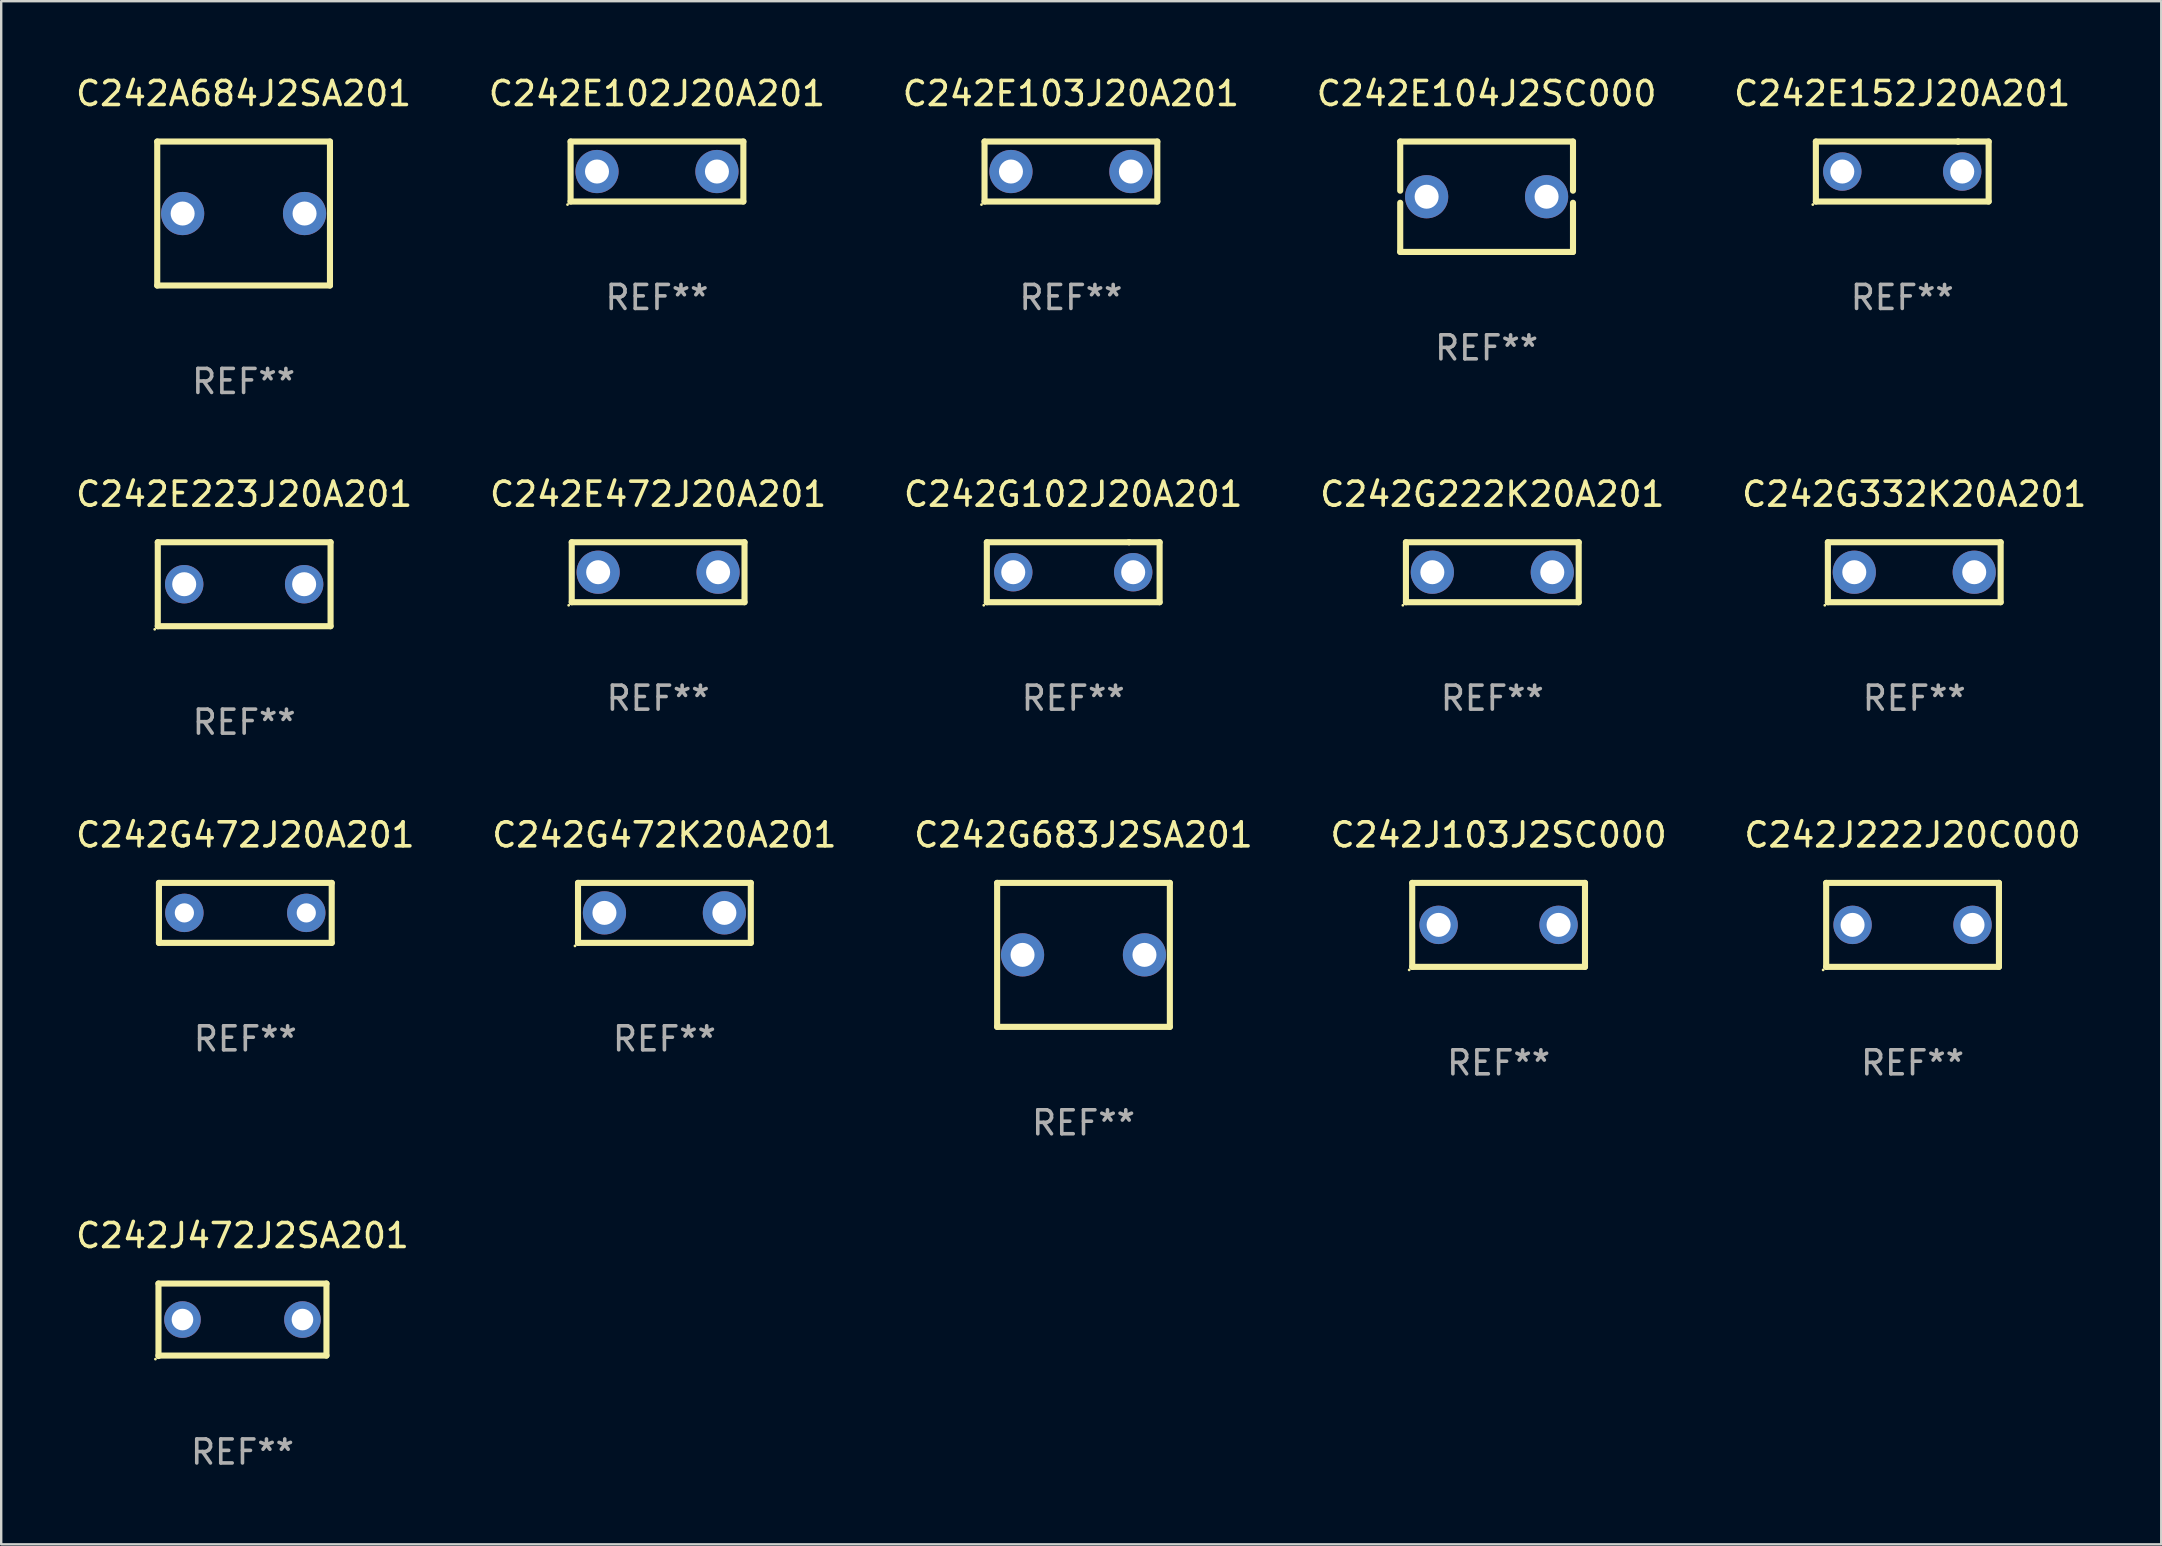
<source format=kicad_pcb>
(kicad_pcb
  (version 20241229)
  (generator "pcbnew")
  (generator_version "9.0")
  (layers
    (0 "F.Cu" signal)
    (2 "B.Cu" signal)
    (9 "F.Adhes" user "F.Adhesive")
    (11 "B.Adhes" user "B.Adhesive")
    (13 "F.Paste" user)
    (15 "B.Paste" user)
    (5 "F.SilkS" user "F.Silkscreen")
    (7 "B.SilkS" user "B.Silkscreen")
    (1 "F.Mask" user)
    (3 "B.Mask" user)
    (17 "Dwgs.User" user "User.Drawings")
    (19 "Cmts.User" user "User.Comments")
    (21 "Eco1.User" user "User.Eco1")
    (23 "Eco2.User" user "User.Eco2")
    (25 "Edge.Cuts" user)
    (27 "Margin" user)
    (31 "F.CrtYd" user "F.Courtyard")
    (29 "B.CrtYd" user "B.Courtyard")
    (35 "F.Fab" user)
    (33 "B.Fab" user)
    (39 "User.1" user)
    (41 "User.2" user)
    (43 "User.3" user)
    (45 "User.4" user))
  (footprint "C242E104J2SC000"
    (layer "F.Cu")
    (at 58.899 5.148)
    (property "Reference" "C242E104J2SC000" (at 0 -4.3 0) (layer "F.SilkS") (effects (font (size 1 1) (thickness 0.15))))
    (attr through_hole)
    (fp_line (start -3.6 -2.3) (end -3.6 -0.252) (stroke (width 0.254) (type solid)) (layer "F.SilkS"))
    (fp_line (start -3.6 -2.3) (end 3.6 -2.3) (stroke (width 0.254) (type solid)) (layer "F.SilkS"))
    (fp_line (start -3.6 0.252) (end -3.6 2.3) (stroke (width 0.254) (type solid)) (layer "F.SilkS"))
    (fp_line (start -3.6 2.3) (end 3.6 2.3) (stroke (width 0.254) (type solid)) (layer "F.SilkS"))
    (fp_line (start 3.6 -0.252) (end 3.6 -2.3) (stroke (width 0.254) (type solid)) (layer "F.SilkS"))
    (fp_line (start 3.6 2.3) (end 3.6 0.252) (stroke (width 0.254) (type solid)) (layer "F.SilkS"))
    (fp_circle (center -3.6 2.25) (end -3.57 2.25) (stroke (width 0.06) (type solid)) (fill no) (layer "F.SilkS"))
    (fp_text user "REF**" (at 0 6.3 0) (layer "F.Fab") (effects (font (size 1 1) (thickness 0.15))))
    (pad "1" thru_hole circle (at -2.499 0) (size 1.8 1.8) (drill 1) (layers "*.Cu" "*.Mask"))
    (pad "2" thru_hole circle (at 2.499 0) (size 1.8 1.8) (drill 1) (layers "*.Cu" "*.Mask")))
  (footprint "C242E102J20A201"
    (layer "F.Cu")
    (at 24.327 4.098)
    (property "Reference" "C242E102J20A201" (at 0 -3.25 0) (layer "F.SilkS") (effects (font (size 1 1) (thickness 0.15))))
    (attr through_hole)
    (fp_line (start -3.6 -1.25) (end 3.6 -1.25) (stroke (width 0.254) (type solid)) (layer "F.SilkS"))
    (fp_line (start -3.6 1.25) (end -3.6 -1.25) (stroke (width 0.254) (type solid)) (layer "F.SilkS"))
    (fp_line (start -3.6 1.25) (end 3.6 1.25) (stroke (width 0.254) (type solid)) (layer "F.SilkS"))
    (fp_line (start 3.6 -1.25) (end 3.6 1.25) (stroke (width 0.254) (type solid)) (layer "F.SilkS"))
    (fp_circle (center -3.727 1.377) (end -3.697 1.377) (stroke (width 0.06) (type solid)) (fill no) (layer "F.SilkS"))
    (fp_text user "REF**" (at 0 5.25 0) (layer "F.Fab") (effects (font (size 1 1) (thickness 0.15))))
    (pad "1" thru_hole circle (at -2.499 -0.000013) (size 1.8 1.8) (drill 1) (layers "*.Cu" "*.Mask"))
    (pad "2" thru_hole circle (at 2.499 -0.000013) (size 1.8 1.8) (drill 1) (layers "*.Cu" "*.Mask")))
  (footprint "C242E472J20A201"
    (layer "F.Cu")
    (at 24.375 20.795)
    (property "Reference" "C242E472J20A201" (at 0 -3.25 0) (layer "F.SilkS") (effects (font (size 1 1) (thickness 0.15))))
    (attr through_hole)
    (fp_line (start -3.6 -1.25) (end 3.6 -1.25) (stroke (width 0.254) (type solid)) (layer "F.SilkS"))
    (fp_line (start -3.6 1.25) (end -3.6 -1.25) (stroke (width 0.254) (type solid)) (layer "F.SilkS"))
    (fp_line (start -3.6 1.25) (end 3.6 1.25) (stroke (width 0.254) (type solid)) (layer "F.SilkS"))
    (fp_line (start 3.6 -1.25) (end 3.6 1.25) (stroke (width 0.254) (type solid)) (layer "F.SilkS"))
    (fp_circle (center -3.727 1.377) (end -3.697 1.377) (stroke (width 0.06) (type solid)) (fill no) (layer "F.SilkS"))
    (fp_text user "REF**" (at 0 5.25 0) (layer "F.Fab") (effects (font (size 1 1) (thickness 0.15))))
    (pad "1" thru_hole circle (at -2.499 -0.000013) (size 1.8 1.8) (drill 1) (layers "*.Cu" "*.Mask"))
    (pad "2" thru_hole circle (at 2.499 -0.000013) (size 1.8 1.8) (drill 1) (layers "*.Cu" "*.Mask")))
  (footprint "C242G472J20A201"
    (layer "F.Cu")
    (at 7.173 34.991)
    (property "Reference" "C242G472J20A201" (at 0 -3.25 0) (layer "F.SilkS") (effects (font (size 1 1) (thickness 0.15))))
    (attr through_hole)
    (fp_line (start -3.6 -1.25) (end -3.6 1.25) (stroke (width 0.254) (type solid)) (layer "F.SilkS"))
    (fp_line (start -3.6 -1.25) (end 3.6 -1.25) (stroke (width 0.254) (type solid)) (layer "F.SilkS"))
    (fp_line (start 3.6 1.25) (end -3.6 1.25) (stroke (width 0.254) (type solid)) (layer "F.SilkS"))
    (fp_line (start 3.6 1.25) (end 3.6 -1.25) (stroke (width 0.254) (type solid)) (layer "F.SilkS"))
    (fp_circle (center -3.6 1.25) (end -3.57 1.25) (stroke (width 0.06) (type solid)) (fill no) (layer "F.SilkS"))
    (fp_text user "REF**" (at 0 5.25 0) (layer "F.Fab") (effects (font (size 1 1) (thickness 0.15))))
    (pad "1" thru_hole circle (at -2.54 0) (size 1.6 1.6) (drill 0.8) (layers "*.Cu" "*.Mask"))
    (pad "2" thru_hole circle (at 2.54 0) (size 1.6 1.6) (drill 0.8) (layers "*.Cu" "*.Mask")))
  (footprint "C242E152J20A201"
    (layer "F.Cu")
    (at 76.22 4.098)
    (property "Reference" "C242E152J20A201" (at 0 -3.25 0) (layer "F.SilkS") (effects (font (size 1 1) (thickness 0.15))))
    (attr through_hole)
    (fp_line (start -3.6 1.25) (end -3.6 -1.25) (stroke (width 0.254) (type solid)) (layer "F.SilkS"))
    (fp_line (start -3.6 1.25) (end 3.6 1.25) (stroke (width 0.254) (type solid)) (layer "F.SilkS"))
    (fp_line (start -3.6 -1.25) (end 2.326 -1.25) (stroke (width 0.254) (type solid)) (layer "F.SilkS"))
    (fp_line (start 2.326 -1.25) (end 2.326 -1.25) (stroke (width 0.254) (type solid)) (layer "F.SilkS"))
    (fp_line (start 2.326 -1.25) (end 3.6 -1.25) (stroke (width 0.254) (type solid)) (layer "F.SilkS"))
    (fp_line (start 3.6 -1.25) (end 3.6 1.25) (stroke (width 0.254) (type solid)) (layer "F.SilkS"))
    (fp_circle (center -3.727 1.377) (end -3.697 1.377) (stroke (width 0.06) (type solid)) (fill no) (layer "F.SilkS"))
    (fp_text user "REF**" (at 0 5.25 0) (layer "F.Fab") (effects (font (size 1 1) (thickness 0.15))))
    (pad "1" thru_hole circle (at -2.499 -0.000013) (size 1.6 1.6) (drill 1) (layers "*.Cu" "*.Mask"))
    (pad "2" thru_hole circle (at 2.499 -0.000013) (size 1.6 1.6) (drill 1) (layers "*.Cu" "*.Mask")))
  (footprint "C242G102J20A201"
    (layer "F.Cu")
    (at 41.673 20.795)
    (property "Reference" "C242G102J20A201" (at 0 -3.25 0) (layer "F.SilkS") (effects (font (size 1 1) (thickness 0.15))))
    (attr through_hole)
    (fp_line (start -3.6 1.25) (end -3.6 -1.25) (stroke (width 0.254) (type solid)) (layer "F.SilkS"))
    (fp_line (start -3.6 1.25) (end 3.6 1.25) (stroke (width 0.254) (type solid)) (layer "F.SilkS"))
    (fp_line (start -3.6 -1.25) (end 2.326 -1.25) (stroke (width 0.254) (type solid)) (layer "F.SilkS"))
    (fp_line (start 2.326 -1.25) (end 2.326 -1.25) (stroke (width 0.254) (type solid)) (layer "F.SilkS"))
    (fp_line (start 2.326 -1.25) (end 3.6 -1.25) (stroke (width 0.254) (type solid)) (layer "F.SilkS"))
    (fp_line (start 3.6 -1.25) (end 3.6 1.25) (stroke (width 0.254) (type solid)) (layer "F.SilkS"))
    (fp_circle (center -3.727 1.377) (end -3.697 1.377) (stroke (width 0.06) (type solid)) (fill no) (layer "F.SilkS"))
    (fp_text user "REF**" (at 0 5.25 0) (layer "F.Fab") (effects (font (size 1 1) (thickness 0.15))))
    (pad "1" thru_hole circle (at -2.499 -0.000013) (size 1.6 1.6) (drill 1) (layers "*.Cu" "*.Mask"))
    (pad "2" thru_hole circle (at 2.499 -0.000013) (size 1.6 1.6) (drill 1) (layers "*.Cu" "*.Mask")))
  (footprint "C242G472K20A201"
    (layer "F.Cu")
    (at 24.637 34.991)
    (property "Reference" "C242G472K20A201" (at 0 -3.25 0) (layer "F.SilkS") (effects (font (size 1 1) (thickness 0.15))))
    (attr through_hole)
    (fp_line (start -3.6 -1.25) (end 3.6 -1.25) (stroke (width 0.254) (type solid)) (layer "F.SilkS"))
    (fp_line (start -3.6 1.25) (end -3.6 -1.25) (stroke (width 0.254) (type solid)) (layer "F.SilkS"))
    (fp_line (start -3.6 1.25) (end 3.6 1.25) (stroke (width 0.254) (type solid)) (layer "F.SilkS"))
    (fp_line (start 3.6 -1.25) (end 3.6 1.25) (stroke (width 0.254) (type solid)) (layer "F.SilkS"))
    (fp_circle (center -3.727 1.377) (end -3.697 1.377) (stroke (width 0.06) (type solid)) (fill no) (layer "F.SilkS"))
    (fp_text user "REF**" (at 0 5.25 0) (layer "F.Fab") (effects (font (size 1 1) (thickness 0.15))))
    (pad "1" thru_hole circle (at -2.499 -0.000013) (size 1.8 1.8) (drill 1) (layers "*.Cu" "*.Mask"))
    (pad "2" thru_hole circle (at 2.499 -0.000013) (size 1.8 1.8) (drill 1) (layers "*.Cu" "*.Mask")))
  (footprint "C242G683J2SA201"
    (layer "F.Cu")
    (at 42.101 36.741)
    (property "Reference" "C242G683J2SA201" (at 0 -5 0) (layer "F.SilkS") (effects (font (size 1 1) (thickness 0.15))))
    (attr through_hole)
    (fp_line (start -3.599 -3) (end -3.599 3) (stroke (width 0.254) (type solid)) (layer "F.SilkS"))
    (fp_line (start -3.599 -3) (end 3.599 -3) (stroke (width 0.254) (type solid)) (layer "F.SilkS"))
    (fp_line (start 3.599 3) (end -3.599 3) (stroke (width 0.254) (type solid)) (layer "F.SilkS"))
    (fp_line (start 3.599 3) (end 3.599 -3) (stroke (width 0.254) (type solid)) (layer "F.SilkS"))
    (fp_circle (center -3.6 3) (end -3.57 3) (stroke (width 0.06) (type solid)) (fill no) (layer "F.SilkS"))
    (fp_text user "REF**" (at 0 7 0) (layer "F.Fab") (effects (font (size 1 1) (thickness 0.15))))
    (pad "1" thru_hole circle (at -2.54 0) (size 1.8 1.8) (drill 1) (layers "*.Cu" "*.Mask"))
    (pad "2" thru_hole circle (at 2.54 0) (size 1.8 1.8) (drill 1) (layers "*.Cu" "*.Mask")))
  (footprint "C242J222J20C000"
    (layer "F.Cu")
    (at 76.649 35.491)
    (property "Reference" "C242J222J20C000" (at 0 -3.75 0) (layer "F.SilkS") (effects (font (size 1 1) (thickness 0.15))))
    (attr through_hole)
    (fp_line (start -3.6 -1.75) (end 3.6 -1.75) (stroke (width 0.254) (type solid)) (layer "F.SilkS"))
    (fp_line (start -3.6 1.75) (end -3.6 -1.75) (stroke (width 0.254) (type solid)) (layer "F.SilkS"))
    (fp_line (start -3.6 1.75) (end 3.6 1.75) (stroke (width 0.254) (type solid)) (layer "F.SilkS"))
    (fp_line (start 3.6 -1.75) (end 3.6 1.75) (stroke (width 0.254) (type solid)) (layer "F.SilkS"))
    (fp_circle (center -3.727 1.877) (end -3.697 1.877) (stroke (width 0.06) (type solid)) (fill no) (layer "F.SilkS"))
    (fp_text user "REF**" (at 0 5.75 0) (layer "F.Fab") (effects (font (size 1 1) (thickness 0.15))))
    (pad "1" thru_hole circle (at -2.499 -0.000013) (size 1.6 1.6) (drill 1) (layers "*.Cu" "*.Mask"))
    (pad "2" thru_hole circle (at 2.499 -0.000013) (size 1.6 1.6) (drill 1) (layers "*.Cu" "*.Mask")))
  (footprint "C242J103J2SC000"
    (layer "F.Cu")
    (at 59.399 35.491)
    (property "Reference" "C242J103J2SC000" (at 0 -3.75 0) (layer "F.SilkS") (effects (font (size 1 1) (thickness 0.15))))
    (attr through_hole)
    (fp_line (start -3.6 -1.75) (end 3.6 -1.75) (stroke (width 0.254) (type solid)) (layer "F.SilkS"))
    (fp_line (start -3.6 1.75) (end -3.6 -1.75) (stroke (width 0.254) (type solid)) (layer "F.SilkS"))
    (fp_line (start -3.6 1.75) (end 3.6 1.75) (stroke (width 0.254) (type solid)) (layer "F.SilkS"))
    (fp_line (start 3.6 -1.75) (end 3.6 1.75) (stroke (width 0.254) (type solid)) (layer "F.SilkS"))
    (fp_circle (center -3.727 1.877) (end -3.697 1.877) (stroke (width 0.06) (type solid)) (fill no) (layer "F.SilkS"))
    (fp_text user "REF**" (at 0 5.75 0) (layer "F.Fab") (effects (font (size 1 1) (thickness 0.15))))
    (pad "1" thru_hole circle (at -2.499 -0.000013) (size 1.6 1.6) (drill 1) (layers "*.Cu" "*.Mask"))
    (pad "2" thru_hole circle (at 2.499 -0.000013) (size 1.6 1.6) (drill 1) (layers "*.Cu" "*.Mask")))
  (footprint "C242G222K20A201"
    (layer "F.Cu")
    (at 59.137 20.795)
    (property "Reference" "C242G222K20A201" (at 0 -3.25 0) (layer "F.SilkS") (effects (font (size 1 1) (thickness 0.15))))
    (attr through_hole)
    (fp_line (start -3.6 -1.25) (end 3.6 -1.25) (stroke (width 0.254) (type solid)) (layer "F.SilkS"))
    (fp_line (start -3.6 1.25) (end -3.6 -1.25) (stroke (width 0.254) (type solid)) (layer "F.SilkS"))
    (fp_line (start -3.6 1.25) (end 3.6 1.25) (stroke (width 0.254) (type solid)) (layer "F.SilkS"))
    (fp_line (start 3.6 -1.25) (end 3.6 1.25) (stroke (width 0.254) (type solid)) (layer "F.SilkS"))
    (fp_circle (center -3.727 1.377) (end -3.697 1.377) (stroke (width 0.06) (type solid)) (fill no) (layer "F.SilkS"))
    (fp_text user "REF**" (at 0 5.25 0) (layer "F.Fab") (effects (font (size 1 1) (thickness 0.15))))
    (pad "1" thru_hole circle (at -2.499 -0.000013) (size 1.8 1.8) (drill 1) (layers "*.Cu" "*.Mask"))
    (pad "2" thru_hole circle (at 2.499 -0.000013) (size 1.8 1.8) (drill 1) (layers "*.Cu" "*.Mask")))
  (footprint "C242J472J2SA201"
    (layer "F.Cu")
    (at 7.054 51.948)
    (property "Reference" "C242J472J2SA201" (at 0 -3.51 0) (layer "F.SilkS") (effects (font (size 1 1) (thickness 0.15))))
    (attr through_hole)
    (fp_line (start -3.5 -1.51) (end 3.5 -1.51) (stroke (width 0.254) (type solid)) (layer "F.SilkS"))
    (fp_line (start -3.5 1.51) (end -3.5 -1.51) (stroke (width 0.254) (type solid)) (layer "F.SilkS"))
    (fp_line (start 3.5 -1.51) (end 3.5 1.49) (stroke (width 0.254) (type solid)) (layer "F.SilkS"))
    (fp_line (start 3.5 1.49) (end -3.5 1.49) (stroke (width 0.254) (type solid)) (layer "F.SilkS"))
    (fp_circle (center -3.627 1.637) (end -3.597 1.637) (stroke (width 0.06) (type solid)) (fill no) (layer "F.SilkS"))
    (fp_text user "REF**" (at 0 5.51 0) (layer "F.Fab") (effects (font (size 1 1) (thickness 0.15))))
    (pad "1" thru_hole circle (at -2.5 -0.01) (size 1.524 1.524) (drill 0.9) (layers "*.Cu" "*.Mask"))
    (pad "2" thru_hole circle (at 2.5 -0.01) (size 1.524 1.524) (drill 0.9) (layers "*.Cu" "*.Mask")))
  (footprint "C242E103J20A201"
    (layer "F.Cu")
    (at 41.577 4.098)
    (property "Reference" "C242E103J20A201" (at 0 -3.25 0) (layer "F.SilkS") (effects (font (size 1 1) (thickness 0.15))))
    (attr through_hole)
    (fp_line (start -3.6 -1.25) (end 3.6 -1.25) (stroke (width 0.254) (type solid)) (layer "F.SilkS"))
    (fp_line (start -3.6 1.25) (end -3.6 -1.25) (stroke (width 0.254) (type solid)) (layer "F.SilkS"))
    (fp_line (start -3.6 1.25) (end 3.6 1.25) (stroke (width 0.254) (type solid)) (layer "F.SilkS"))
    (fp_line (start 3.6 -1.25) (end 3.6 1.25) (stroke (width 0.254) (type solid)) (layer "F.SilkS"))
    (fp_circle (center -3.727 1.377) (end -3.697 1.377) (stroke (width 0.06) (type solid)) (fill no) (layer "F.SilkS"))
    (fp_text user "REF**" (at 0 5.25 0) (layer "F.Fab") (effects (font (size 1 1) (thickness 0.15))))
    (pad "1" thru_hole circle (at -2.499 -0.000013) (size 1.8 1.8) (drill 1) (layers "*.Cu" "*.Mask"))
    (pad "2" thru_hole circle (at 2.499 -0.000013) (size 1.8 1.8) (drill 1) (layers "*.Cu" "*.Mask")))
  (footprint "C242G332K20A201"
    (layer "F.Cu")
    (at 76.72 20.795)
    (property "Reference" "C242G332K20A201" (at 0 -3.25 0) (layer "F.SilkS") (effects (font (size 1 1) (thickness 0.15))))
    (attr through_hole)
    (fp_line (start -3.6 -1.25) (end 3.6 -1.25) (stroke (width 0.254) (type solid)) (layer "F.SilkS"))
    (fp_line (start -3.6 1.25) (end -3.6 -1.25) (stroke (width 0.254) (type solid)) (layer "F.SilkS"))
    (fp_line (start -3.6 1.25) (end 3.6 1.25) (stroke (width 0.254) (type solid)) (layer "F.SilkS"))
    (fp_line (start 3.6 -1.25) (end 3.6 1.25) (stroke (width 0.254) (type solid)) (layer "F.SilkS"))
    (fp_circle (center -3.727 1.377) (end -3.697 1.377) (stroke (width 0.06) (type solid)) (fill no) (layer "F.SilkS"))
    (fp_text user "REF**" (at 0 5.25 0) (layer "F.Fab") (effects (font (size 1 1) (thickness 0.15))))
    (pad "1" thru_hole circle (at -2.499 -0.000013) (size 1.8 1.8) (drill 1) (layers "*.Cu" "*.Mask"))
    (pad "2" thru_hole circle (at 2.499 -0.000013) (size 1.8 1.8) (drill 1) (layers "*.Cu" "*.Mask")))
  (footprint "C242A684J2SA201"
    (layer "F.Cu")
    (at 7.101 5.848)
    (property "Reference" "C242A684J2SA201" (at 0 -5 0) (layer "F.SilkS") (effects (font (size 1 1) (thickness 0.15))))
    (attr through_hole)
    (fp_line (start -3.599 -3) (end -3.599 3) (stroke (width 0.254) (type solid)) (layer "F.SilkS"))
    (fp_line (start -3.599 -3) (end 3.599 -3) (stroke (width 0.254) (type solid)) (layer "F.SilkS"))
    (fp_line (start 3.599 3) (end -3.599 3) (stroke (width 0.254) (type solid)) (layer "F.SilkS"))
    (fp_line (start 3.599 3) (end 3.599 -3) (stroke (width 0.254) (type solid)) (layer "F.SilkS"))
    (fp_circle (center -3.6 3) (end -3.57 3) (stroke (width 0.06) (type solid)) (fill no) (layer "F.SilkS"))
    (fp_text user "REF**" (at 0 7 0) (layer "F.Fab") (effects (font (size 1 1) (thickness 0.15))))
    (pad "1" thru_hole circle (at -2.54 0) (size 1.8 1.8) (drill 1) (layers "*.Cu" "*.Mask"))
    (pad "2" thru_hole circle (at 2.54 0) (size 1.8 1.8) (drill 1) (layers "*.Cu" "*.Mask")))
  (footprint "C242E223J20A201"
    (layer "F.Cu")
    (at 7.125 21.295)
    (property "Reference" "C242E223J20A201" (at 0 -3.75 0) (layer "F.SilkS") (effects (font (size 1 1) (thickness 0.15))))
    (attr through_hole)
    (fp_line (start -3.6 -1.75) (end 3.6 -1.75) (stroke (width 0.254) (type solid)) (layer "F.SilkS"))
    (fp_line (start -3.6 1.75) (end -3.6 -1.75) (stroke (width 0.254) (type solid)) (layer "F.SilkS"))
    (fp_line (start -3.6 1.75) (end 3.6 1.75) (stroke (width 0.254) (type solid)) (layer "F.SilkS"))
    (fp_line (start 3.6 -1.75) (end 3.6 1.75) (stroke (width 0.254) (type solid)) (layer "F.SilkS"))
    (fp_circle (center -3.727 1.877) (end -3.697 1.877) (stroke (width 0.06) (type solid)) (fill no) (layer "F.SilkS"))
    (fp_text user "REF**" (at 0 5.75 0) (layer "F.Fab") (effects (font (size 1 1) (thickness 0.15))))
    (pad "1" thru_hole circle (at -2.499 -0.000013) (size 1.6 1.6) (drill 1) (layers "*.Cu" "*.Mask"))
    (pad "2" thru_hole circle (at 2.499 -0.000013) (size 1.6 1.6) (drill 1) (layers "*.Cu" "*.Mask")))
  (gr_rect
    (start -3 -3)
    (end 87.012 61.306)
    (stroke (width 0.1) (type default))
    (fill no)
    (layer "Edge.Cuts")))
</source>
